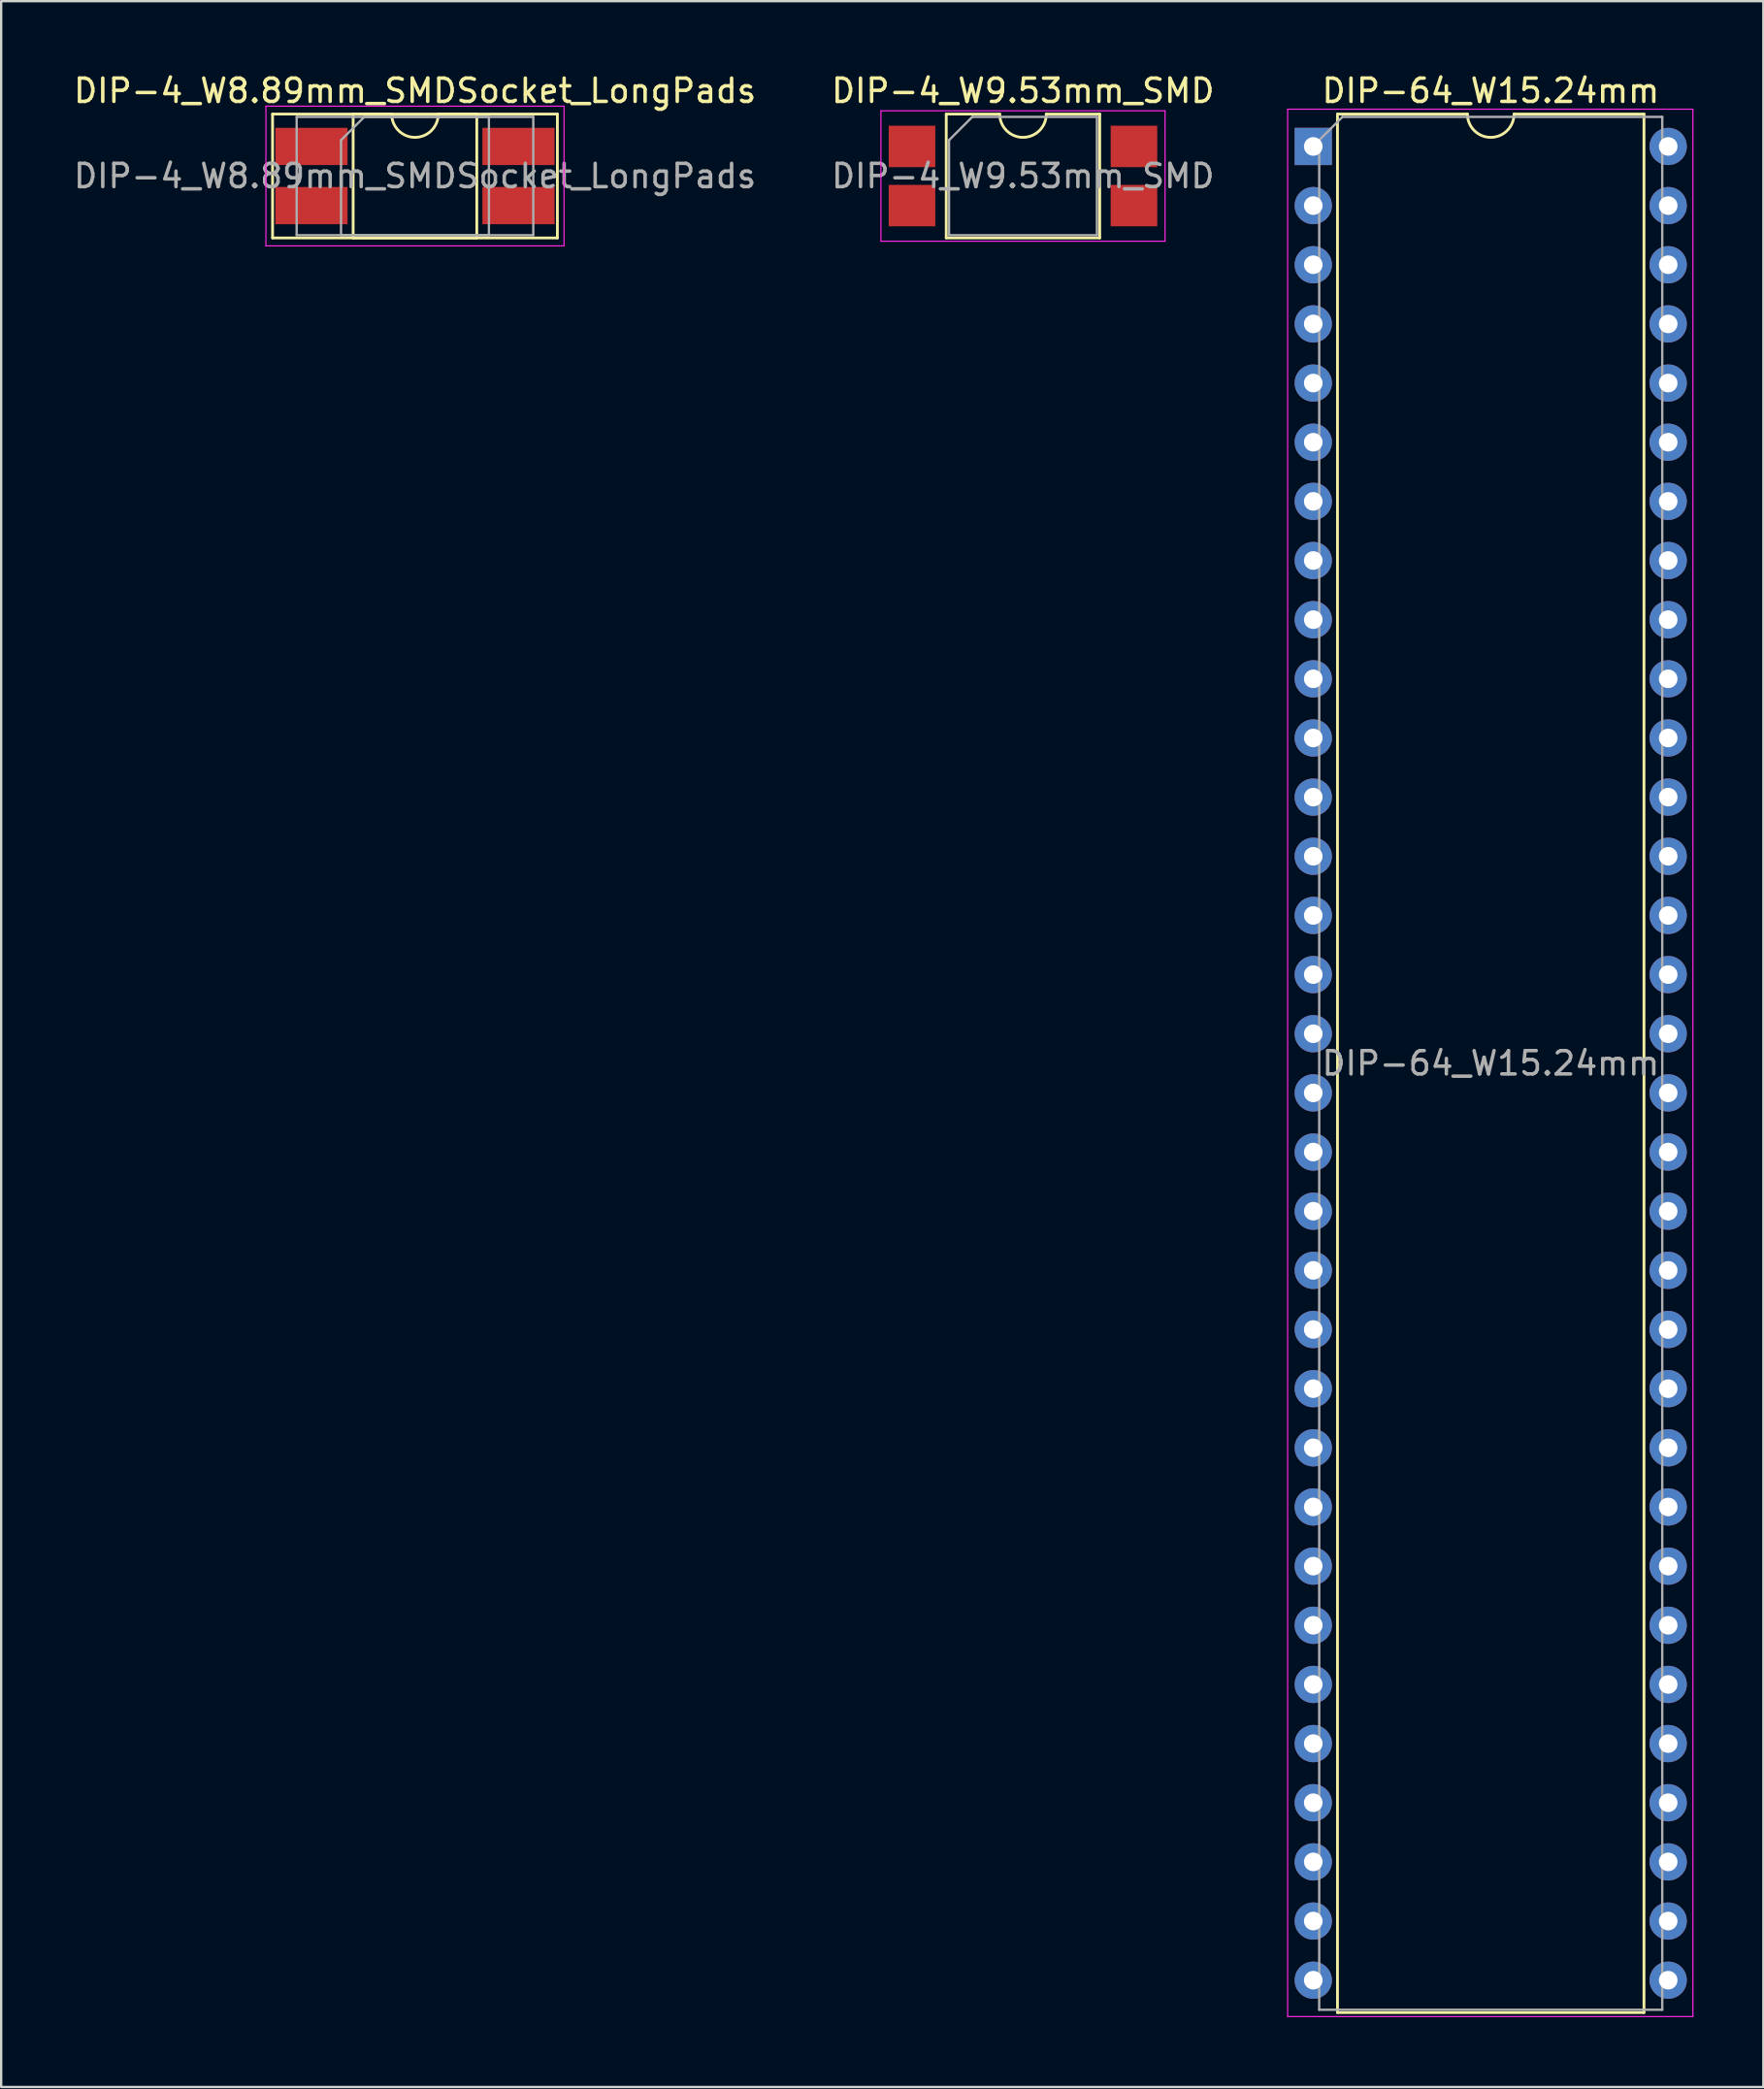
<source format=kicad_pcb>
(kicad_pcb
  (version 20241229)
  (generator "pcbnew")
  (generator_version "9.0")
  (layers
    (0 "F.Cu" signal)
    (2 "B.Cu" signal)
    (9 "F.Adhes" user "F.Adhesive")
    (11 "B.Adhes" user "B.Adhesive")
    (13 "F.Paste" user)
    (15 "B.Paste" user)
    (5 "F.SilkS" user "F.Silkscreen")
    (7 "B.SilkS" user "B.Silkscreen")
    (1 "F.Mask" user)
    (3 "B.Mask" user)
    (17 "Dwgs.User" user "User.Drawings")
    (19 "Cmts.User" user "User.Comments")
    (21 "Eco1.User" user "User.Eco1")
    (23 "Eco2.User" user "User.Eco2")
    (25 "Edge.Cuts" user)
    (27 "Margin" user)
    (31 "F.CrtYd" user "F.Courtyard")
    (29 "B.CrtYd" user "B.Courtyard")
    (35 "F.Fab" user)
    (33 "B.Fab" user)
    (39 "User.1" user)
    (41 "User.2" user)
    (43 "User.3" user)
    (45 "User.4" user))
  (footprint "DIP-4_W9.53mm_SMD"
    (layer "F.Cu")
    (at 40.875 4.508)
    (property "Reference" "DIP-4_W9.53mm_SMD" (at 0 -3.66 0) (layer "F.SilkS") (effects (font (size 1 1) (thickness 0.15))))
    (attr smd)
    (fp_line (start -3.295 -2.66) (end -3.295 2.66) (stroke (width 0.12) (type solid)) (layer "F.SilkS"))
    (fp_line (start -3.295 2.66) (end 3.295 2.66) (stroke (width 0.12) (type solid)) (layer "F.SilkS"))
    (fp_line (start -1 -2.66) (end -3.295 -2.66) (stroke (width 0.12) (type solid)) (layer "F.SilkS"))
    (fp_line (start 3.295 -2.66) (end 1 -2.66) (stroke (width 0.12) (type solid)) (layer "F.SilkS"))
    (fp_line (start 3.295 2.66) (end 3.295 -2.66) (stroke (width 0.12) (type solid)) (layer "F.SilkS"))
    (fp_arc (start 1 -2.66) (mid 0 -1.66) (end -1 -2.66) (stroke (width 0.12) (type solid)) (layer "F.SilkS"))
    (fp_line (start -6.1 -2.8) (end -6.1 2.8) (stroke (width 0.05) (type solid)) (layer "F.CrtYd"))
    (fp_line (start -6.1 2.8) (end 6.1 2.8) (stroke (width 0.05) (type solid)) (layer "F.CrtYd"))
    (fp_line (start 6.1 -2.8) (end -6.1 -2.8) (stroke (width 0.05) (type solid)) (layer "F.CrtYd"))
    (fp_line (start 6.1 2.8) (end 6.1 -2.8) (stroke (width 0.05) (type solid)) (layer "F.CrtYd"))
    (fp_line (start -3.175 -1.54) (end -2.175 -2.54) (stroke (width 0.1) (type solid)) (layer "F.Fab"))
    (fp_line (start -3.175 2.54) (end -3.175 -1.54) (stroke (width 0.1) (type solid)) (layer "F.Fab"))
    (fp_line (start -2.175 -2.54) (end 3.175 -2.54) (stroke (width 0.1) (type solid)) (layer "F.Fab"))
    (fp_line (start 3.175 -2.54) (end 3.175 2.54) (stroke (width 0.1) (type solid)) (layer "F.Fab"))
    (fp_line (start 3.175 2.54) (end -3.175 2.54) (stroke (width 0.1) (type solid)) (layer "F.Fab"))
    (fp_text user "${REFERENCE}" (at 0 0 0) (layer "F.Fab") (effects (font (size 1 1) (thickness 0.15))))
    (pad "1" smd rect (at -4.765 -1.27) (size 2 1.78) (layers "F.Cu" "F.Mask" "F.Paste"))
    (pad "2" smd rect (at -4.765 1.27) (size 2 1.78) (layers "F.Cu" "F.Mask" "F.Paste"))
    (pad "3" smd rect (at 4.765 1.27) (size 2 1.78) (layers "F.Cu" "F.Mask" "F.Paste"))
    (pad "4" smd rect (at 4.765 -1.27) (size 2 1.78) (layers "F.Cu" "F.Mask" "F.Paste")))
  (footprint "DIP-4_W8.89mm_SMDSocket_LongPads"
    (layer "F.Cu")
    (at 14.768 4.508)
    (property "Reference" "DIP-4_W8.89mm_SMDSocket_LongPads" (at 0 -3.66 0) (layer "F.SilkS") (effects (font (size 1 1) (thickness 0.15))))
    (attr smd)
    (fp_line (start -6.115 -2.66) (end -6.115 2.66) (stroke (width 0.12) (type solid)) (layer "F.SilkS"))
    (fp_line (start -6.115 2.66) (end 6.115 2.66) (stroke (width 0.12) (type solid)) (layer "F.SilkS"))
    (fp_line (start -2.655 -2.66) (end -2.655 2.66) (stroke (width 0.12) (type solid)) (layer "F.SilkS"))
    (fp_line (start -2.655 2.66) (end 2.655 2.66) (stroke (width 0.12) (type solid)) (layer "F.SilkS"))
    (fp_line (start -1 -2.66) (end -2.655 -2.66) (stroke (width 0.12) (type solid)) (layer "F.SilkS"))
    (fp_line (start 2.655 -2.66) (end 1 -2.66) (stroke (width 0.12) (type solid)) (layer "F.SilkS"))
    (fp_line (start 2.655 2.66) (end 2.655 -2.66) (stroke (width 0.12) (type solid)) (layer "F.SilkS"))
    (fp_line (start 6.115 -2.66) (end -6.115 -2.66) (stroke (width 0.12) (type solid)) (layer "F.SilkS"))
    (fp_line (start 6.115 2.66) (end 6.115 -2.66) (stroke (width 0.12) (type solid)) (layer "F.SilkS"))
    (fp_arc (start 1 -2.66) (mid 0 -1.66) (end -1 -2.66) (stroke (width 0.12) (type solid)) (layer "F.SilkS"))
    (fp_line (start -6.4 -3) (end -6.4 3) (stroke (width 0.05) (type solid)) (layer "F.CrtYd"))
    (fp_line (start -6.4 3) (end 6.4 3) (stroke (width 0.05) (type solid)) (layer "F.CrtYd"))
    (fp_line (start 6.4 -3) (end -6.4 -3) (stroke (width 0.05) (type solid)) (layer "F.CrtYd"))
    (fp_line (start 6.4 3) (end 6.4 -3) (stroke (width 0.05) (type solid)) (layer "F.CrtYd"))
    (fp_line (start -5.08 -2.54) (end -5.08 2.54) (stroke (width 0.1) (type solid)) (layer "F.Fab"))
    (fp_line (start -5.08 2.54) (end 5.08 2.54) (stroke (width 0.1) (type solid)) (layer "F.Fab"))
    (fp_line (start -3.175 -1.54) (end -2.175 -2.54) (stroke (width 0.1) (type solid)) (layer "F.Fab"))
    (fp_line (start -3.175 2.54) (end -3.175 -1.54) (stroke (width 0.1) (type solid)) (layer "F.Fab"))
    (fp_line (start -2.175 -2.54) (end 3.175 -2.54) (stroke (width 0.1) (type solid)) (layer "F.Fab"))
    (fp_line (start 3.175 -2.54) (end 3.175 2.54) (stroke (width 0.1) (type solid)) (layer "F.Fab"))
    (fp_line (start 3.175 2.54) (end -3.175 2.54) (stroke (width 0.1) (type solid)) (layer "F.Fab"))
    (fp_line (start 5.08 -2.54) (end -5.08 -2.54) (stroke (width 0.1) (type solid)) (layer "F.Fab"))
    (fp_line (start 5.08 2.54) (end 5.08 -2.54) (stroke (width 0.1) (type solid)) (layer "F.Fab"))
    (fp_text user "${REFERENCE}" (at 0 0 0) (layer "F.Fab") (effects (font (size 1 1) (thickness 0.15))))
    (pad "1" smd rect (at -4.445 -1.27) (size 3.1 1.6) (layers "F.Cu" "F.Mask" "F.Paste"))
    (pad "2" smd rect (at -4.445 1.27) (size 3.1 1.6) (layers "F.Cu" "F.Mask" "F.Paste"))
    (pad "3" smd rect (at 4.445 1.27) (size 3.1 1.6) (layers "F.Cu" "F.Mask" "F.Paste"))
    (pad "4" smd rect (at 4.445 -1.27) (size 3.1 1.6) (layers "F.Cu" "F.Mask" "F.Paste")))
  (footprint "DIP-64_W15.24mm"
    (layer "F.Cu")
    (at 53.339 3.238)
    (property "Reference" "DIP-64_W15.24mm" (at 7.62 -2.39 0) (layer "F.SilkS") (effects (font (size 1 1) (thickness 0.15))))
    (attr through_hole)
    (fp_line (start 1.04 -1.39) (end 1.04 80.13) (stroke (width 0.12) (type solid)) (layer "F.SilkS"))
    (fp_line (start 1.04 80.13) (end 14.2 80.13) (stroke (width 0.12) (type solid)) (layer "F.SilkS"))
    (fp_line (start 6.62 -1.39) (end 1.04 -1.39) (stroke (width 0.12) (type solid)) (layer "F.SilkS"))
    (fp_line (start 14.2 -1.39) (end 8.62 -1.39) (stroke (width 0.12) (type solid)) (layer "F.SilkS"))
    (fp_line (start 14.2 80.13) (end 14.2 -1.39) (stroke (width 0.12) (type solid)) (layer "F.SilkS"))
    (fp_arc (start 8.62 -1.39) (mid 7.62 -0.39) (end 6.62 -1.39) (stroke (width 0.12) (type solid)) (layer "F.SilkS"))
    (fp_line (start -1.1 -1.6) (end -1.1 80.3) (stroke (width 0.05) (type solid)) (layer "F.CrtYd"))
    (fp_line (start -1.1 80.3) (end 16.3 80.3) (stroke (width 0.05) (type solid)) (layer "F.CrtYd"))
    (fp_line (start 16.3 -1.6) (end -1.1 -1.6) (stroke (width 0.05) (type solid)) (layer "F.CrtYd"))
    (fp_line (start 16.3 80.3) (end 16.3 -1.6) (stroke (width 0.05) (type solid)) (layer "F.CrtYd"))
    (fp_line (start 0.255 -0.27) (end 1.255 -1.27) (stroke (width 0.1) (type solid)) (layer "F.Fab"))
    (fp_line (start 0.255 80.01) (end 0.255 -0.27) (stroke (width 0.1) (type solid)) (layer "F.Fab"))
    (fp_line (start 1.255 -1.27) (end 14.985 -1.27) (stroke (width 0.1) (type solid)) (layer "F.Fab"))
    (fp_line (start 14.985 -1.27) (end 14.985 80.01) (stroke (width 0.1) (type solid)) (layer "F.Fab"))
    (fp_line (start 14.985 80.01) (end 0.255 80.01) (stroke (width 0.1) (type solid)) (layer "F.Fab"))
    (fp_text user "${REFERENCE}" (at 7.62 39.37 0) (layer "F.Fab") (effects (font (size 1 1) (thickness 0.15))))
    (pad "1" thru_hole rect (at 0 0) (size 1.6 1.6) (drill 0.8) (layers "*.Cu" "*.Mask"))
    (pad "2" thru_hole oval (at 0 2.54) (size 1.6 1.6) (drill 0.8) (layers "*.Cu" "*.Mask"))
    (pad "3" thru_hole oval (at 0 5.08) (size 1.6 1.6) (drill 0.8) (layers "*.Cu" "*.Mask"))
    (pad "4" thru_hole oval (at 0 7.62) (size 1.6 1.6) (drill 0.8) (layers "*.Cu" "*.Mask"))
    (pad "5" thru_hole oval (at 0 10.16) (size 1.6 1.6) (drill 0.8) (layers "*.Cu" "*.Mask"))
    (pad "6" thru_hole oval (at 0 12.7) (size 1.6 1.6) (drill 0.8) (layers "*.Cu" "*.Mask"))
    (pad "7" thru_hole oval (at 0 15.24) (size 1.6 1.6) (drill 0.8) (layers "*.Cu" "*.Mask"))
    (pad "8" thru_hole oval (at 0 17.78) (size 1.6 1.6) (drill 0.8) (layers "*.Cu" "*.Mask"))
    (pad "9" thru_hole oval (at 0 20.32) (size 1.6 1.6) (drill 0.8) (layers "*.Cu" "*.Mask"))
    (pad "10" thru_hole oval (at 0 22.86) (size 1.6 1.6) (drill 0.8) (layers "*.Cu" "*.Mask"))
    (pad "11" thru_hole oval (at 0 25.4) (size 1.6 1.6) (drill 0.8) (layers "*.Cu" "*.Mask"))
    (pad "12" thru_hole oval (at 0 27.94) (size 1.6 1.6) (drill 0.8) (layers "*.Cu" "*.Mask"))
    (pad "13" thru_hole oval (at 0 30.48) (size 1.6 1.6) (drill 0.8) (layers "*.Cu" "*.Mask"))
    (pad "14" thru_hole oval (at 0 33.02) (size 1.6 1.6) (drill 0.8) (layers "*.Cu" "*.Mask"))
    (pad "15" thru_hole oval (at 0 35.56) (size 1.6 1.6) (drill 0.8) (layers "*.Cu" "*.Mask"))
    (pad "16" thru_hole oval (at 0 38.1) (size 1.6 1.6) (drill 0.8) (layers "*.Cu" "*.Mask"))
    (pad "17" thru_hole oval (at 0 40.64) (size 1.6 1.6) (drill 0.8) (layers "*.Cu" "*.Mask"))
    (pad "18" thru_hole oval (at 0 43.18) (size 1.6 1.6) (drill 0.8) (layers "*.Cu" "*.Mask"))
    (pad "19" thru_hole oval (at 0 45.72) (size 1.6 1.6) (drill 0.8) (layers "*.Cu" "*.Mask"))
    (pad "20" thru_hole oval (at 0 48.26) (size 1.6 1.6) (drill 0.8) (layers "*.Cu" "*.Mask"))
    (pad "21" thru_hole oval (at 0 50.8) (size 1.6 1.6) (drill 0.8) (layers "*.Cu" "*.Mask"))
    (pad "22" thru_hole oval (at 0 53.34) (size 1.6 1.6) (drill 0.8) (layers "*.Cu" "*.Mask"))
    (pad "23" thru_hole oval (at 0 55.88) (size 1.6 1.6) (drill 0.8) (layers "*.Cu" "*.Mask"))
    (pad "24" thru_hole oval (at 0 58.42) (size 1.6 1.6) (drill 0.8) (layers "*.Cu" "*.Mask"))
    (pad "25" thru_hole oval (at 0 60.96) (size 1.6 1.6) (drill 0.8) (layers "*.Cu" "*.Mask"))
    (pad "26" thru_hole oval (at 0 63.5) (size 1.6 1.6) (drill 0.8) (layers "*.Cu" "*.Mask"))
    (pad "27" thru_hole oval (at 0 66.04) (size 1.6 1.6) (drill 0.8) (layers "*.Cu" "*.Mask"))
    (pad "28" thru_hole oval (at 0 68.58) (size 1.6 1.6) (drill 0.8) (layers "*.Cu" "*.Mask"))
    (pad "29" thru_hole oval (at 0 71.12) (size 1.6 1.6) (drill 0.8) (layers "*.Cu" "*.Mask"))
    (pad "30" thru_hole oval (at 0 73.66) (size 1.6 1.6) (drill 0.8) (layers "*.Cu" "*.Mask"))
    (pad "31" thru_hole oval (at 0 76.2) (size 1.6 1.6) (drill 0.8) (layers "*.Cu" "*.Mask"))
    (pad "32" thru_hole oval (at 0 78.74) (size 1.6 1.6) (drill 0.8) (layers "*.Cu" "*.Mask"))
    (pad "33" thru_hole oval (at 15.24 78.74) (size 1.6 1.6) (drill 0.8) (layers "*.Cu" "*.Mask"))
    (pad "34" thru_hole oval (at 15.24 76.2) (size 1.6 1.6) (drill 0.8) (layers "*.Cu" "*.Mask"))
    (pad "35" thru_hole oval (at 15.24 73.66) (size 1.6 1.6) (drill 0.8) (layers "*.Cu" "*.Mask"))
    (pad "36" thru_hole oval (at 15.24 71.12) (size 1.6 1.6) (drill 0.8) (layers "*.Cu" "*.Mask"))
    (pad "37" thru_hole oval (at 15.24 68.58) (size 1.6 1.6) (drill 0.8) (layers "*.Cu" "*.Mask"))
    (pad "38" thru_hole oval (at 15.24 66.04) (size 1.6 1.6) (drill 0.8) (layers "*.Cu" "*.Mask"))
    (pad "39" thru_hole oval (at 15.24 63.5) (size 1.6 1.6) (drill 0.8) (layers "*.Cu" "*.Mask"))
    (pad "40" thru_hole oval (at 15.24 60.96) (size 1.6 1.6) (drill 0.8) (layers "*.Cu" "*.Mask"))
    (pad "41" thru_hole oval (at 15.24 58.42) (size 1.6 1.6) (drill 0.8) (layers "*.Cu" "*.Mask"))
    (pad "42" thru_hole oval (at 15.24 55.88) (size 1.6 1.6) (drill 0.8) (layers "*.Cu" "*.Mask"))
    (pad "43" thru_hole oval (at 15.24 53.34) (size 1.6 1.6) (drill 0.8) (layers "*.Cu" "*.Mask"))
    (pad "44" thru_hole oval (at 15.24 50.8) (size 1.6 1.6) (drill 0.8) (layers "*.Cu" "*.Mask"))
    (pad "45" thru_hole oval (at 15.24 48.26) (size 1.6 1.6) (drill 0.8) (layers "*.Cu" "*.Mask"))
    (pad "46" thru_hole oval (at 15.24 45.72) (size 1.6 1.6) (drill 0.8) (layers "*.Cu" "*.Mask"))
    (pad "47" thru_hole oval (at 15.24 43.18) (size 1.6 1.6) (drill 0.8) (layers "*.Cu" "*.Mask"))
    (pad "48" thru_hole oval (at 15.24 40.64) (size 1.6 1.6) (drill 0.8) (layers "*.Cu" "*.Mask"))
    (pad "49" thru_hole oval (at 15.24 38.1) (size 1.6 1.6) (drill 0.8) (layers "*.Cu" "*.Mask"))
    (pad "50" thru_hole oval (at 15.24 35.56) (size 1.6 1.6) (drill 0.8) (layers "*.Cu" "*.Mask"))
    (pad "51" thru_hole oval (at 15.24 33.02) (size 1.6 1.6) (drill 0.8) (layers "*.Cu" "*.Mask"))
    (pad "52" thru_hole oval (at 15.24 30.48) (size 1.6 1.6) (drill 0.8) (layers "*.Cu" "*.Mask"))
    (pad "53" thru_hole oval (at 15.24 27.94) (size 1.6 1.6) (drill 0.8) (layers "*.Cu" "*.Mask"))
    (pad "54" thru_hole oval (at 15.24 25.4) (size 1.6 1.6) (drill 0.8) (layers "*.Cu" "*.Mask"))
    (pad "55" thru_hole oval (at 15.24 22.86) (size 1.6 1.6) (drill 0.8) (layers "*.Cu" "*.Mask"))
    (pad "56" thru_hole oval (at 15.24 20.32) (size 1.6 1.6) (drill 0.8) (layers "*.Cu" "*.Mask"))
    (pad "57" thru_hole oval (at 15.24 17.78) (size 1.6 1.6) (drill 0.8) (layers "*.Cu" "*.Mask"))
    (pad "58" thru_hole oval (at 15.24 15.24) (size 1.6 1.6) (drill 0.8) (layers "*.Cu" "*.Mask"))
    (pad "59" thru_hole oval (at 15.24 12.7) (size 1.6 1.6) (drill 0.8) (layers "*.Cu" "*.Mask"))
    (pad "60" thru_hole oval (at 15.24 10.16) (size 1.6 1.6) (drill 0.8) (layers "*.Cu" "*.Mask"))
    (pad "61" thru_hole oval (at 15.24 7.62) (size 1.6 1.6) (drill 0.8) (layers "*.Cu" "*.Mask"))
    (pad "62" thru_hole oval (at 15.24 5.08) (size 1.6 1.6) (drill 0.8) (layers "*.Cu" "*.Mask"))
    (pad "63" thru_hole oval (at 15.24 2.54) (size 1.6 1.6) (drill 0.8) (layers "*.Cu" "*.Mask"))
    (pad "64" thru_hole oval (at 15.24 0) (size 1.6 1.6) (drill 0.8) (layers "*.Cu" "*.Mask")))
  (gr_rect
    (start -3 -3)
    (end 72.664 86.563)
    (stroke (width 0.1) (type default))
    (fill no)
    (layer "Edge.Cuts")))
</source>
